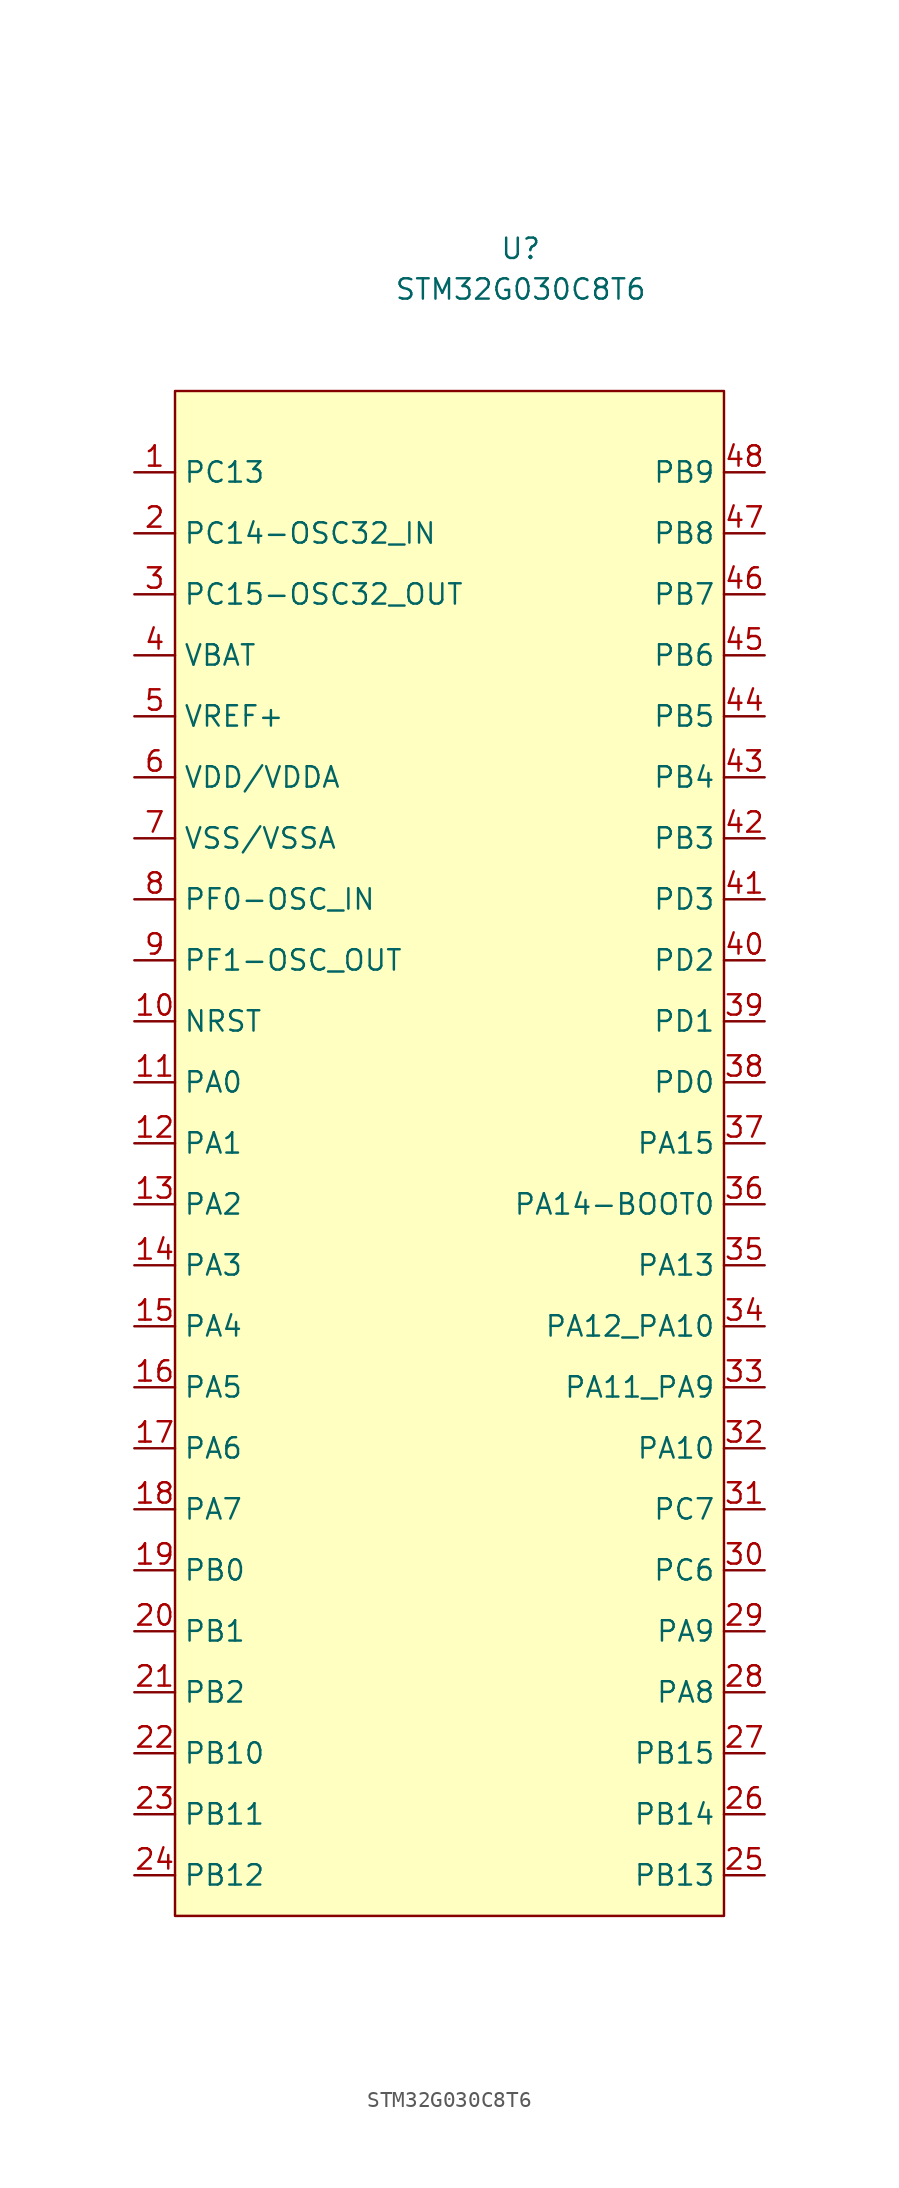
<source format=kicad_sym>
(kicad_symbol_lib
  (version 20211014)
  (generator kicad_symbol_editor)
  (symbol "STM32G030C8T6"
    (property "Reference" "U"
      (at 6.35 49.53 0)
      (effects (font (size 1.27 1.27))))
    (property "Value" "STM32G030C8T6"
      (at 6.35 46.99 0)
      (effects (font (size 1.27 1.27))))
    (symbol "STM32G030C8T6_0_1"
      (rectangle (start -15.24 40.64) (end 19.05 -54.61) (stroke (width 0) (type default) (color 0 0 0 0)) (fill (type background))))
    (symbol "STM32G030C8T6_1_1"
      (pin input line (at -17.78 35.56 0) (length 2.54) (name "PC13" (effects (font (size 1.27 1.27)))) (number "1" (effects (font (size 1.27 1.27)))))
      (pin input line (at -17.78 1.27 0) (length 2.54) (name "NRST" (effects (font (size 1.27 1.27)))) (number "10" (effects (font (size 1.27 1.27)))))
      (pin input line (at -17.78 -2.54 0) (length 2.54) (name "PA0" (effects (font (size 1.27 1.27)))) (number "11" (effects (font (size 1.27 1.27)))))
      (pin input line (at -17.78 -6.35 0) (length 2.54) (name "PA1" (effects (font (size 1.27 1.27)))) (number "12" (effects (font (size 1.27 1.27)))))
      (pin input line (at -17.78 -10.16 0) (length 2.54) (name "PA2" (effects (font (size 1.27 1.27)))) (number "13" (effects (font (size 1.27 1.27)))))
      (pin input line (at -17.78 -13.97 0) (length 2.54) (name "PA3" (effects (font (size 1.27 1.27)))) (number "14" (effects (font (size 1.27 1.27)))))
      (pin input line (at -17.78 -17.78 0) (length 2.54) (name "PA4" (effects (font (size 1.27 1.27)))) (number "15" (effects (font (size 1.27 1.27)))))
      (pin input line (at -17.78 -21.59 0) (length 2.54) (name "PA5" (effects (font (size 1.27 1.27)))) (number "16" (effects (font (size 1.27 1.27)))))
      (pin input line (at -17.78 -25.4 0) (length 2.54) (name "PA6" (effects (font (size 1.27 1.27)))) (number "17" (effects (font (size 1.27 1.27)))))
      (pin input line (at -17.78 -29.21 0) (length 2.54) (name "PA7" (effects (font (size 1.27 1.27)))) (number "18" (effects (font (size 1.27 1.27)))))
      (pin input line (at -17.78 -33.02 0) (length 2.54) (name "PB0" (effects (font (size 1.27 1.27)))) (number "19" (effects (font (size 1.27 1.27)))))
      (pin input line (at -17.78 31.75 0) (length 2.54) (name "PC14-OSC32_IN" (effects (font (size 1.27 1.27)))) (number "2" (effects (font (size 1.27 1.27)))))
      (pin input line (at -17.78 -36.83 0) (length 2.54) (name "PB1" (effects (font (size 1.27 1.27)))) (number "20" (effects (font (size 1.27 1.27)))))
      (pin input line (at -17.78 -40.64 0) (length 2.54) (name "PB2" (effects (font (size 1.27 1.27)))) (number "21" (effects (font (size 1.27 1.27)))))
      (pin input line (at -17.78 -44.45 0) (length 2.54) (name "PB10" (effects (font (size 1.27 1.27)))) (number "22" (effects (font (size 1.27 1.27)))))
      (pin input line (at -17.78 -48.26 0) (length 2.54) (name "PB11" (effects (font (size 1.27 1.27)))) (number "23" (effects (font (size 1.27 1.27)))))
      (pin input line (at -17.78 -52.07 0) (length 2.54) (name "PB12" (effects (font (size 1.27 1.27)))) (number "24" (effects (font (size 1.27 1.27)))))
      (pin input line (at 21.59 -52.07 180) (length 2.54) (name "PB13" (effects (font (size 1.27 1.27)))) (number "25" (effects (font (size 1.27 1.27)))))
      (pin input line (at 21.59 -48.26 180) (length 2.54) (name "PB14" (effects (font (size 1.27 1.27)))) (number "26" (effects (font (size 1.27 1.27)))))
      (pin input line (at 21.59 -44.45 180) (length 2.54) (name "PB15" (effects (font (size 1.27 1.27)))) (number "27" (effects (font (size 1.27 1.27)))))
      (pin input line (at 21.59 -40.64 180) (length 2.54) (name "PA8" (effects (font (size 1.27 1.27)))) (number "28" (effects (font (size 1.27 1.27)))))
      (pin input line (at 21.59 -36.83 180) (length 2.54) (name "PA9" (effects (font (size 1.27 1.27)))) (number "29" (effects (font (size 1.27 1.27)))))
      (pin input line (at -17.78 27.94 0) (length 2.54) (name "PC15-OSC32_OUT" (effects (font (size 1.27 1.27)))) (number "3" (effects (font (size 1.27 1.27)))))
      (pin input line (at 21.59 -33.02 180) (length 2.54) (name "PC6" (effects (font (size 1.27 1.27)))) (number "30" (effects (font (size 1.27 1.27)))))
      (pin input line (at 21.59 -29.21 180) (length 2.54) (name "PC7" (effects (font (size 1.27 1.27)))) (number "31" (effects (font (size 1.27 1.27)))))
      (pin input line (at 21.59 -25.4 180) (length 2.54) (name "PA10" (effects (font (size 1.27 1.27)))) (number "32" (effects (font (size 1.27 1.27)))))
      (pin input line (at 21.59 -21.59 180) (length 2.54) (name "PA11_PA9" (effects (font (size 1.27 1.27)))) (number "33" (effects (font (size 1.27 1.27)))))
      (pin input line (at 21.59 -17.78 180) (length 2.54) (name "PA12_PA10" (effects (font (size 1.27 1.27)))) (number "34" (effects (font (size 1.27 1.27)))))
      (pin input line (at 21.59 -13.97 180) (length 2.54) (name "PA13" (effects (font (size 1.27 1.27)))) (number "35" (effects (font (size 1.27 1.27)))))
      (pin input line (at 21.59 -10.16 180) (length 2.54) (name "PA14-BOOT0" (effects (font (size 1.27 1.27)))) (number "36" (effects (font (size 1.27 1.27)))))
      (pin input line (at 21.59 -6.35 180) (length 2.54) (name "PA15" (effects (font (size 1.27 1.27)))) (number "37" (effects (font (size 1.27 1.27)))))
      (pin input line (at 21.59 -2.54 180) (length 2.54) (name "PD0" (effects (font (size 1.27 1.27)))) (number "38" (effects (font (size 1.27 1.27)))))
      (pin input line (at 21.59 1.27 180) (length 2.54) (name "PD1" (effects (font (size 1.27 1.27)))) (number "39" (effects (font (size 1.27 1.27)))))
      (pin input line (at -17.78 24.13 0) (length 2.54) (name "VBAT" (effects (font (size 1.27 1.27)))) (number "4" (effects (font (size 1.27 1.27)))))
      (pin input line (at 21.59 5.08 180) (length 2.54) (name "PD2" (effects (font (size 1.27 1.27)))) (number "40" (effects (font (size 1.27 1.27)))))
      (pin input line (at 21.59 8.89 180) (length 2.54) (name "PD3" (effects (font (size 1.27 1.27)))) (number "41" (effects (font (size 1.27 1.27)))))
      (pin input line (at 21.59 12.7 180) (length 2.54) (name "PB3" (effects (font (size 1.27 1.27)))) (number "42" (effects (font (size 1.27 1.27)))))
      (pin input line (at 21.59 16.51 180) (length 2.54) (name "PB4" (effects (font (size 1.27 1.27)))) (number "43" (effects (font (size 1.27 1.27)))))
      (pin input line (at 21.59 20.32 180) (length 2.54) (name "PB5" (effects (font (size 1.27 1.27)))) (number "44" (effects (font (size 1.27 1.27)))))
      (pin input line (at 21.59 24.13 180) (length 2.54) (name "PB6" (effects (font (size 1.27 1.27)))) (number "45" (effects (font (size 1.27 1.27)))))
      (pin input line (at 21.59 27.94 180) (length 2.54) (name "PB7" (effects (font (size 1.27 1.27)))) (number "46" (effects (font (size 1.27 1.27)))))
      (pin input line (at 21.59 31.75 180) (length 2.54) (name "PB8" (effects (font (size 1.27 1.27)))) (number "47" (effects (font (size 1.27 1.27)))))
      (pin input line (at 21.59 35.56 180) (length 2.54) (name "PB9" (effects (font (size 1.27 1.27)))) (number "48" (effects (font (size 1.27 1.27)))))
      (pin input line (at -17.78 20.32 0) (length 2.54) (name "VREF+" (effects (font (size 1.27 1.27)))) (number "5" (effects (font (size 1.27 1.27)))))
      (pin input line (at -17.78 16.51 0) (length 2.54) (name "VDD/VDDA" (effects (font (size 1.27 1.27)))) (number "6" (effects (font (size 1.27 1.27)))))
      (pin input line (at -17.78 12.7 0) (length 2.54) (name "VSS/VSSA" (effects (font (size 1.27 1.27)))) (number "7" (effects (font (size 1.27 1.27)))))
      (pin input line (at -17.78 8.89 0) (length 2.54) (name "PF0-OSC_IN" (effects (font (size 1.27 1.27)))) (number "8" (effects (font (size 1.27 1.27)))))
      (pin input line (at -17.78 5.08 0) (length 2.54) (name "PF1-OSC_OUT" (effects (font (size 1.27 1.27)))) (number "9" (effects (font (size 1.27 1.27))))))))
</source>
